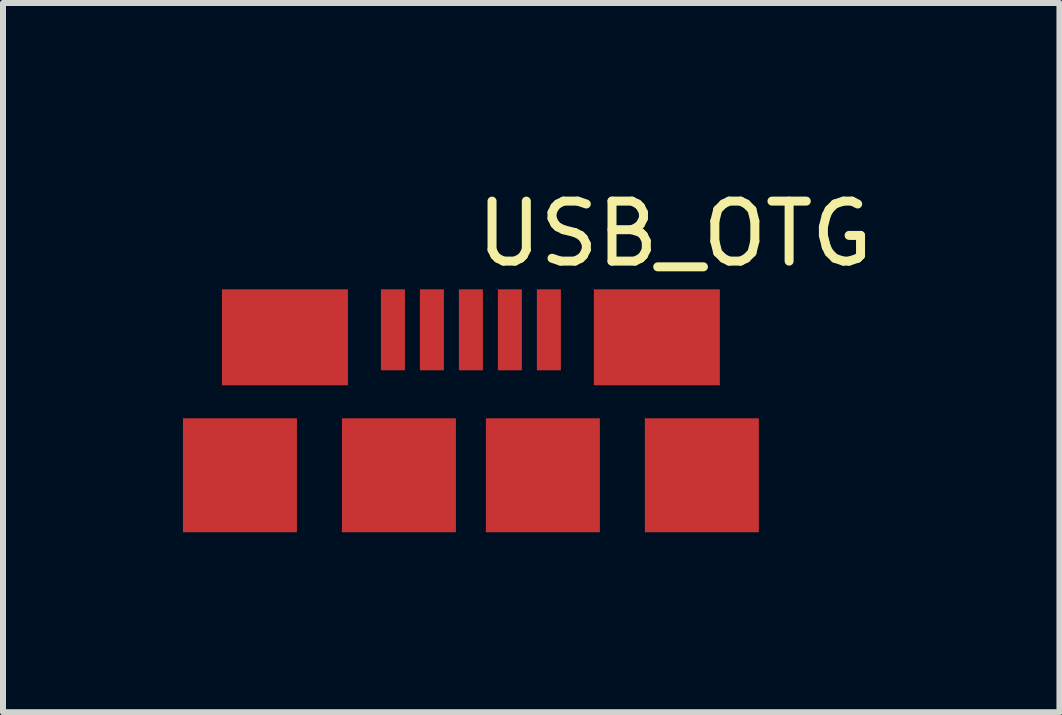
<source format=kicad_pcb>
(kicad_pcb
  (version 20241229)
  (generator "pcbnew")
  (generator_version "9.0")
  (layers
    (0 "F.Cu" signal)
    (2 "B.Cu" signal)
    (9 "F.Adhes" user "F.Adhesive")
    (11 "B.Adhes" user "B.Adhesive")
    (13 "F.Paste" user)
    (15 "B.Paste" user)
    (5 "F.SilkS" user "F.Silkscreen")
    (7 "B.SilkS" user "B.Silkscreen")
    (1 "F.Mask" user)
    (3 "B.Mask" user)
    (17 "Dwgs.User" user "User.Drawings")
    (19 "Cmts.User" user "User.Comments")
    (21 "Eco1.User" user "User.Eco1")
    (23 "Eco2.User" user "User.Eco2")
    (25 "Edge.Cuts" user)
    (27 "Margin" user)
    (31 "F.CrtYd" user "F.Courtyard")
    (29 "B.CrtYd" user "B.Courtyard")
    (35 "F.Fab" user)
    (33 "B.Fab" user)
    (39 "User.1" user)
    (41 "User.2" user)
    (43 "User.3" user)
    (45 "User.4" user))
  (footprint "USB_OTG"
    (layer "F.Cu")
    (at 3.5 2.448)
    (property "Reference" "USB_OTG" (at 4.7 -1.6 0) (layer "F.SilkS") (effects (font (size 1 1) (thickness 0.15))))
    (attr through_hole)
    (pad "" smd rect (at -2.55 2.425) (size 1.9 1.9) (layers "F.Cu" "F.Mask" "F.Paste"))
    (pad "" smd rect (at -1.8 0.125) (size 2.1 1.6) (layers "F.Cu" "F.Mask" "F.Paste"))
    (pad "" smd rect (at 0.1 2.425) (size 1.9 1.9) (layers "F.Cu" "F.Mask" "F.Paste"))
    (pad "" smd rect (at 2.5 2.425) (size 1.9 1.9) (layers "F.Cu" "F.Mask" "F.Paste"))
    (pad "" smd rect (at 4.4 0.125) (size 2.1 1.6) (layers "F.Cu" "F.Mask" "F.Paste"))
    (pad "" smd rect (at 5.15 2.425) (size 1.9 1.9) (layers "F.Cu" "F.Mask" "F.Paste"))
    (pad "1" smd rect (at 0 0) (size 0.4 1.35) (layers "F.Cu" "F.Mask" "F.Paste"))
    (pad "2" smd rect (at 0.65 0) (size 0.4 1.35) (layers "F.Cu" "F.Mask" "F.Paste"))
    (pad "3" smd rect (at 1.3 0) (size 0.4 1.35) (layers "F.Cu" "F.Mask" "F.Paste"))
    (pad "4" smd rect (at 1.95 0) (size 0.4 1.35) (layers "F.Cu" "F.Mask" "F.Paste"))
    (pad "5" smd rect (at 2.6 0) (size 0.4 1.35) (layers "F.Cu" "F.Mask" "F.Paste")))
  (gr_rect
    (start -3 -3)
    (end 14.611 8.823)
    (stroke (width 0.1) (type default))
    (fill no)
    (layer "Edge.Cuts")))
</source>
